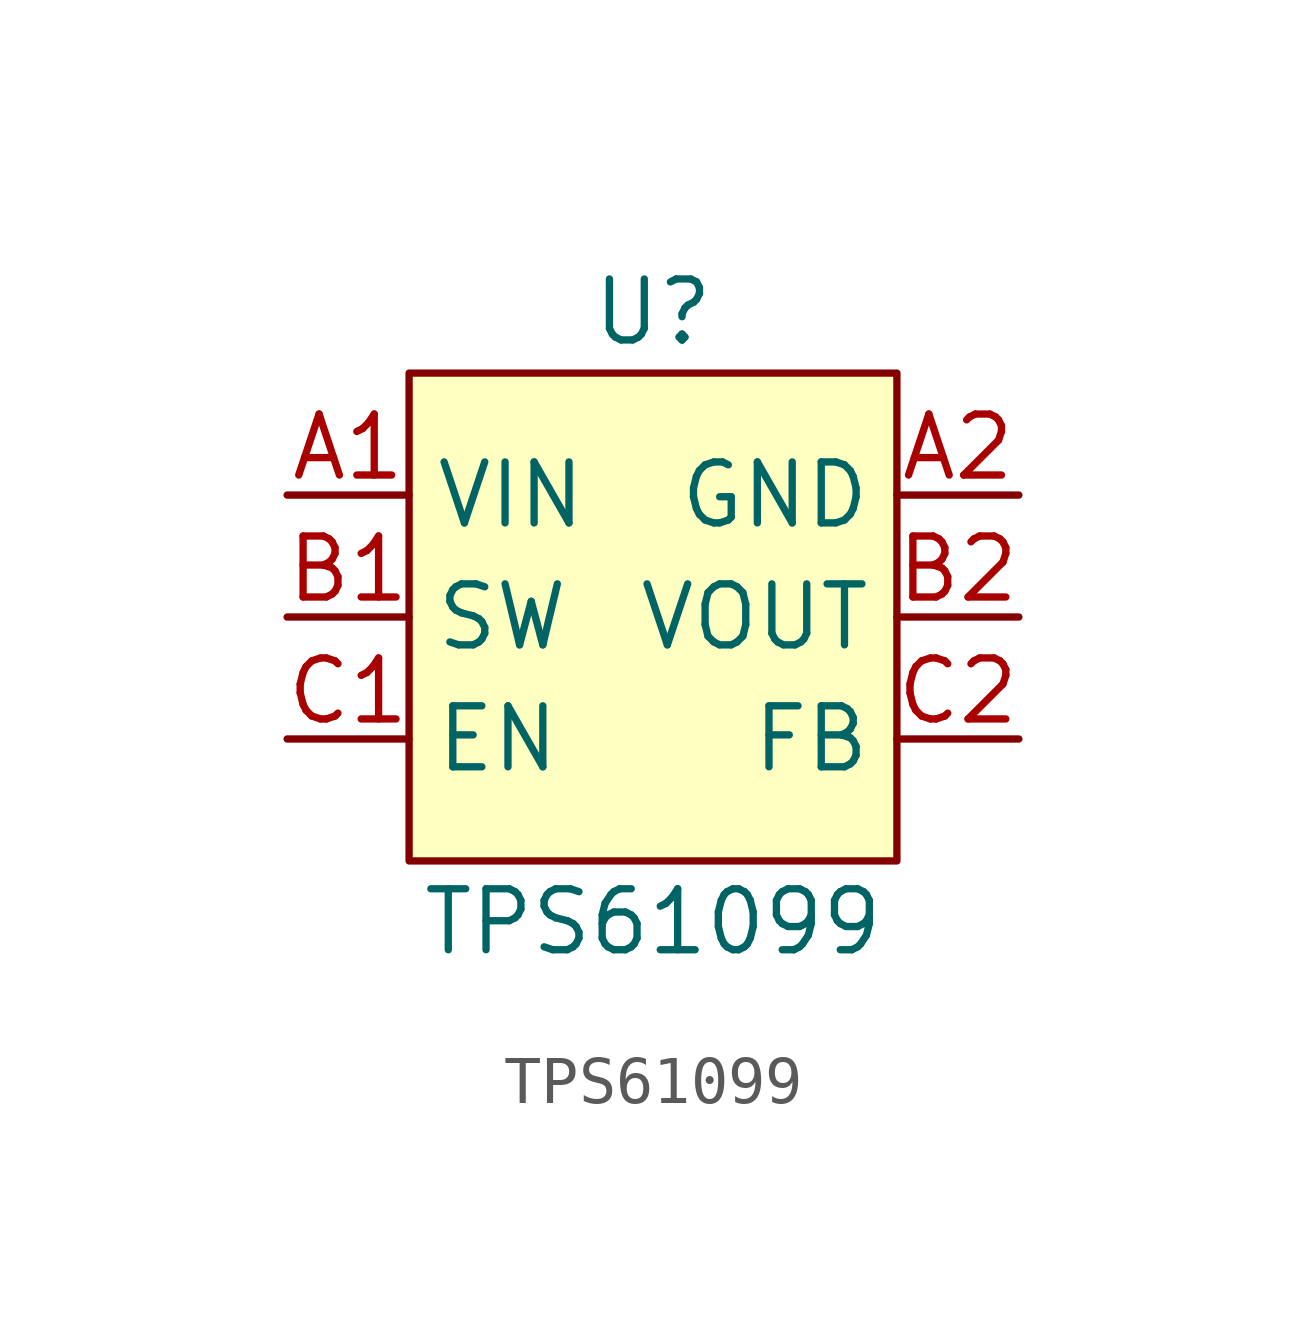
<source format=kicad_sym>
(kicad_symbol_lib
  (version 20220914)
  (generator kicad_symbol_editor)
  (symbol "TPS61099"
    (property "Reference" "U"
      (at 0 6.35 0)
      (do_not_autoplace)
      (effects (font (size 1.27 1.27))))
    (property "Value" "TPS61099"
      (at 0 -6.35 0)
      (do_not_autoplace)
      (effects (font (size 1.27 1.27))))
    (symbol "TPS61099_0_0"
      (pin unspecified line (at -7.62 2.54 0) (length 2.54) (name "VIN" (effects (font (size 1.27 1.27)))) (number "A1" (effects (font (size 1.27 1.27)))))
      (pin unspecified line (at 7.62 2.54 180) (length 2.54) (name "GND" (effects (font (size 1.27 1.27)))) (number "A2" (effects (font (size 1.27 1.27)))))
      (pin unspecified line (at -7.62 0 0) (length 2.54) (name "SW" (effects (font (size 1.27 1.27)))) (number "B1" (effects (font (size 1.27 1.27)))))
      (pin unspecified line (at 7.62 0 180) (length 2.54) (name "VOUT" (effects (font (size 1.27 1.27)))) (number "B2" (effects (font (size 1.27 1.27)))))
      (pin unspecified line (at -7.62 -2.54 0) (length 2.54) (name "EN" (effects (font (size 1.27 1.27)))) (number "C1" (effects (font (size 1.27 1.27)))))
      (pin unspecified line (at 7.62 -2.54 180) (length 2.54) (name "FB" (effects (font (size 1.27 1.27)))) (number "C2" (effects (font (size 1.27 1.27))))))
    (symbol "TPS61099_1_1"
      (rectangle (start -5.08 5.08) (end 5.08 -5.08) (stroke (width 0) (type default)) (fill (type background))))))
</source>
